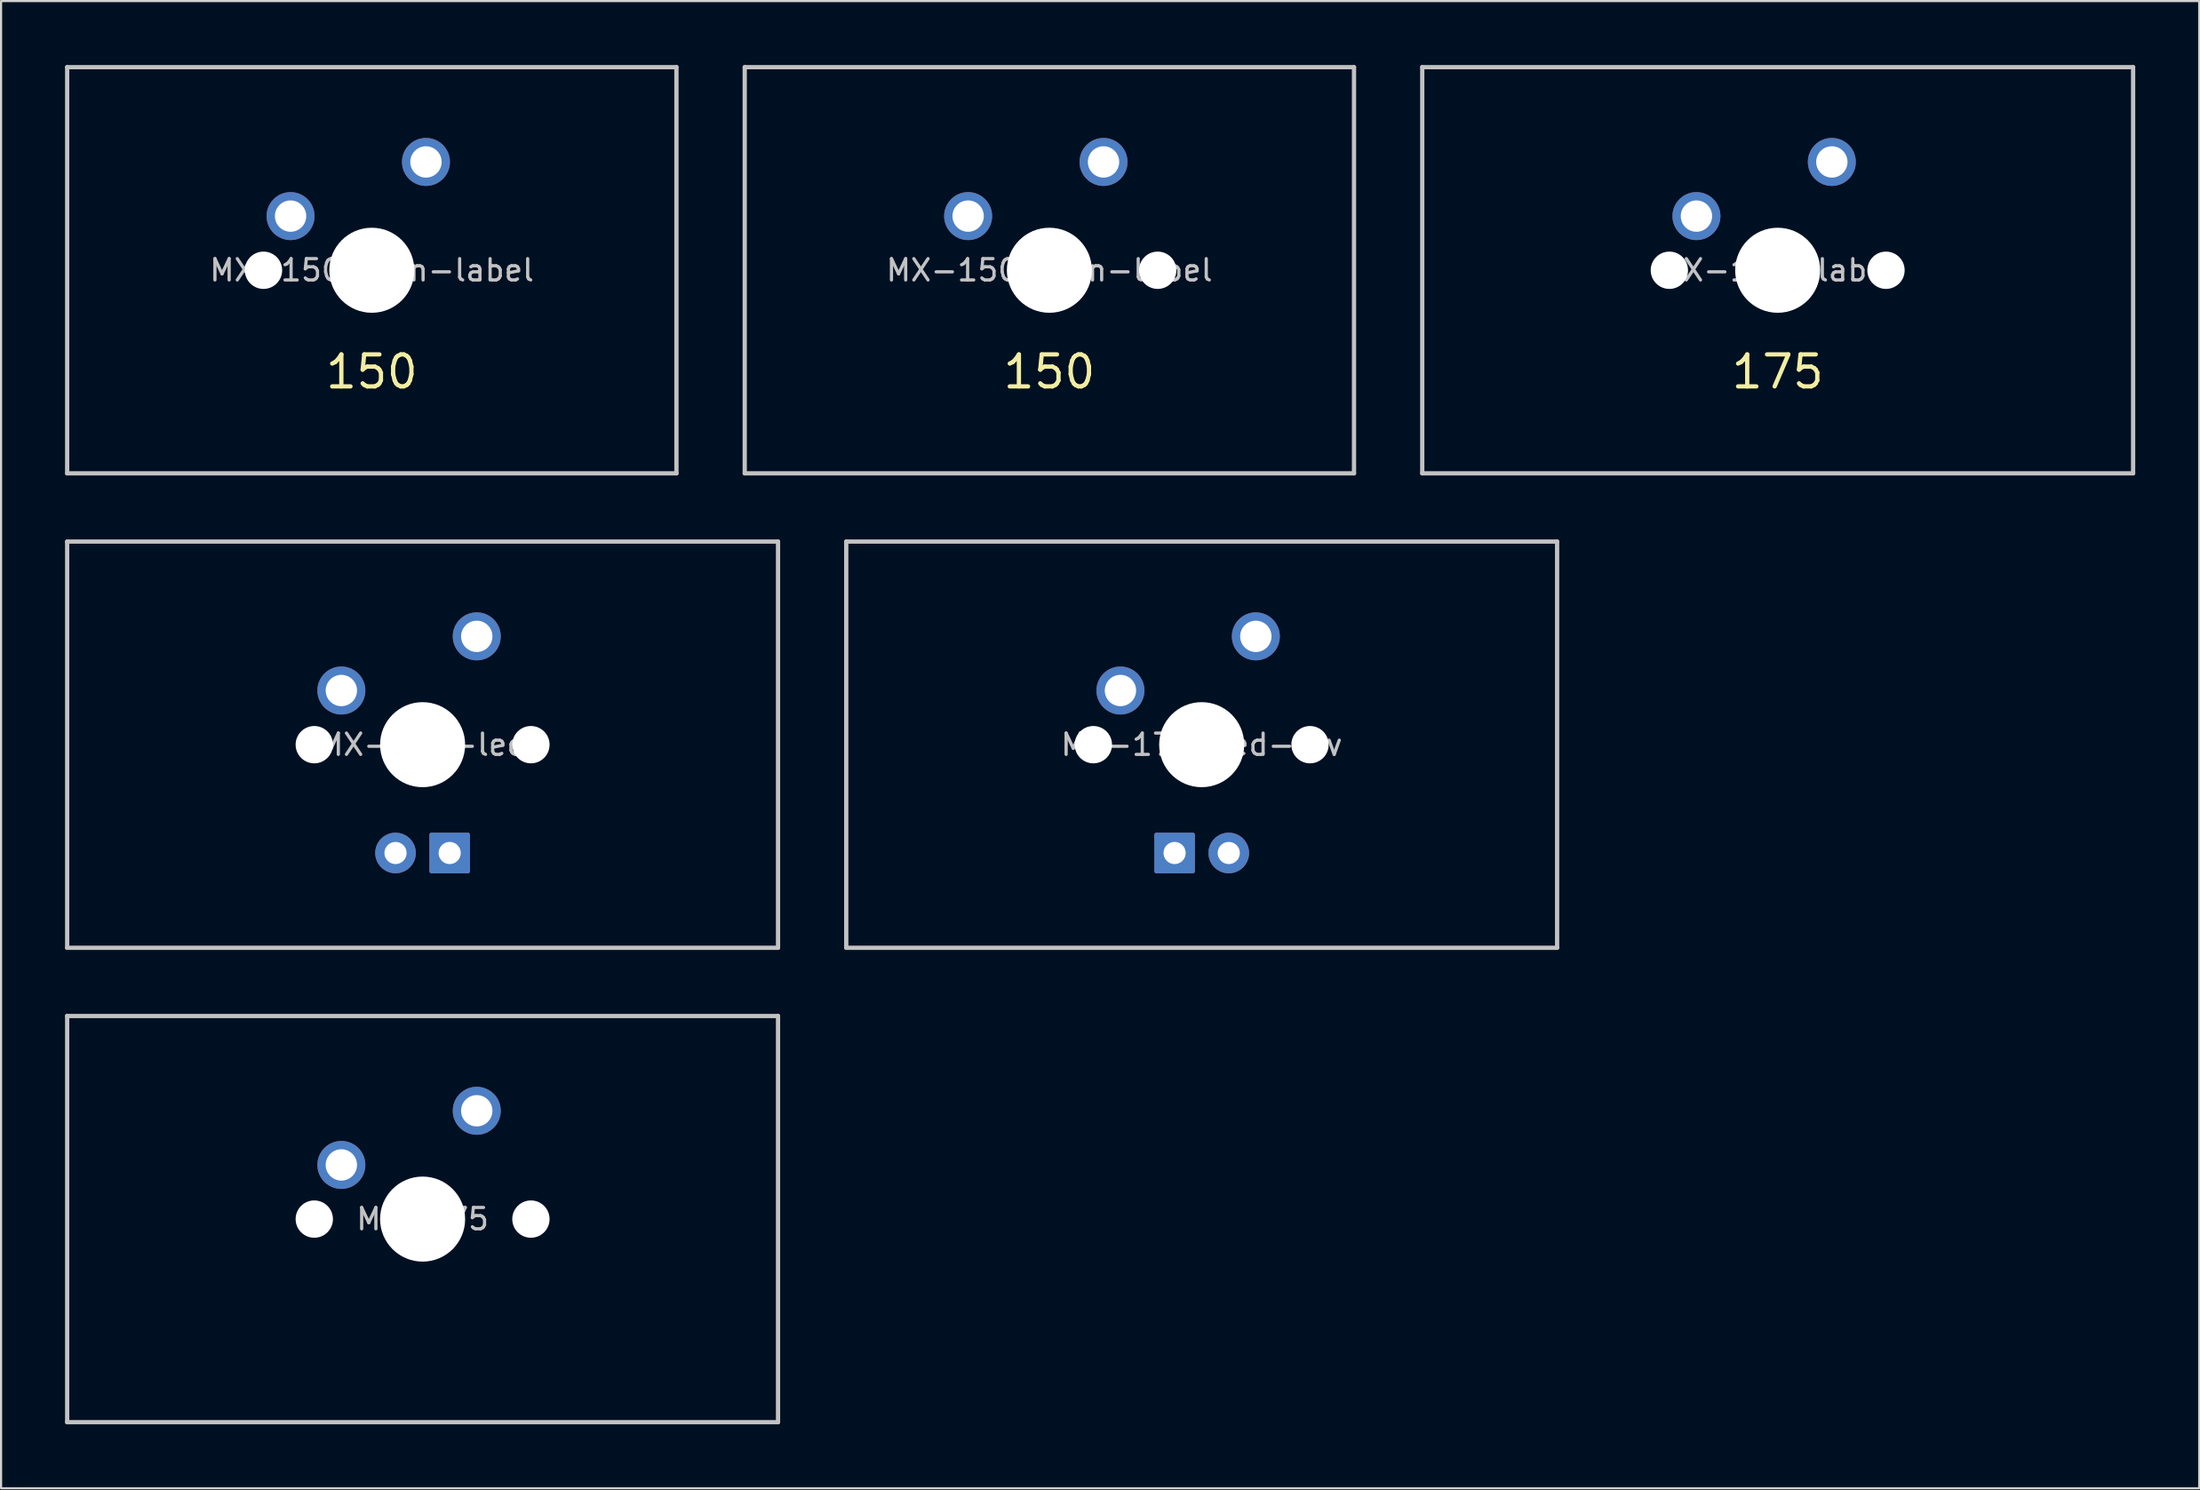
<source format=kicad_pcb>
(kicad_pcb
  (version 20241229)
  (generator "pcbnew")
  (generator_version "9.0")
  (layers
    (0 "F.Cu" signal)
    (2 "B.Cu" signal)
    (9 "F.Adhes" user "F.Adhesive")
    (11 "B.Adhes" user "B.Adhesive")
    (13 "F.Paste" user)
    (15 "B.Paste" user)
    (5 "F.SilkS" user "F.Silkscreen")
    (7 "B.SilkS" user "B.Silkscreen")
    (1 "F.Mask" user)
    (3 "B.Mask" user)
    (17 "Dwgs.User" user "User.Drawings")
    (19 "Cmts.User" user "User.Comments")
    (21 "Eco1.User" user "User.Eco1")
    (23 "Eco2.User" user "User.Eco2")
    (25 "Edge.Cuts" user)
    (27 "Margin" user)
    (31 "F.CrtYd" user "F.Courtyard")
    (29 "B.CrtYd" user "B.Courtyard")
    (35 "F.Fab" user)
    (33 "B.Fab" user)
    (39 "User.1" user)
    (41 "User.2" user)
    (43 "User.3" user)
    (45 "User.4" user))
  (footprint "MX-175-led"
    (layer "F.Cu")
    (at 16.769 31.875)
    (property "Reference" "MX-175-led" (at 0 0 0) (layer "Dwgs.User") (effects (font (size 1 1) (thickness 0.15))))
    (attr through_hole)
    (fp_line (start -16.669 9.525) (end -16.669 -9.525) (stroke (width 0.2) (type solid)) (layer "Dwgs.User"))
    (fp_line (start 16.669 -9.525) (end -16.669 -9.525) (stroke (width 0.2) (type solid)) (layer "Dwgs.User"))
    (fp_line (start 16.669 -9.525) (end 16.669 9.525) (stroke (width 0.2) (type solid)) (layer "Dwgs.User"))
    (fp_line (start 16.669 9.525) (end -16.669 9.525) (stroke (width 0.2) (type solid)) (layer "Dwgs.User"))
    (fp_line (start -7 -7) (end 7 -7) (stroke (width 0.12) (type solid)) (layer "Eco1.User"))
    (fp_line (start -7 7) (end -7 -7) (stroke (width 0.12) (type solid)) (layer "Eco1.User"))
    (fp_line (start -7 7) (end 7 7) (stroke (width 0.12) (type solid)) (layer "Eco1.User"))
    (fp_line (start 7 7) (end 7 -7) (stroke (width 0.12) (type solid)) (layer "Eco1.User"))
    (pad "" np_thru_hole circle (at -5.08 0) (size 1.75 1.75) (drill 1.75) (layers "*.Cu" "*.Mask"))
    (pad "" np_thru_hole circle (at 0 0) (size 3.988 3.988) (drill 3.988) (layers "*.Cu" "*.Mask"))
    (pad "" np_thru_hole circle (at 5.08 0) (size 1.75 1.75) (drill 1.75) (layers "*.Cu" "*.Mask"))
    (pad "1" thru_hole circle (at 2.54 -5.08) (size 2.25 2.25) (drill 1.47) (layers "*.Cu" "B.Mask"))
    (pad "2" thru_hole circle (at -3.81 -2.54) (size 2.25 2.25) (drill 1.47) (layers "*.Cu" "B.Mask"))
    (pad "3" thru_hole circle (at -1.27 5.08) (size 1.905 1.905) (drill 1.04) (layers "*.Cu" "B.Mask"))
    (pad "4" thru_hole roundrect (at 1.27 5.08) (size 1.905 1.905) (drill 1.04) (layers "*.Cu" "B.Mask") (roundrect_rratio 0.05)))
  (footprint "MX-150-rpin-label"
    (layer "F.Cu")
    (at 46.163 9.625)
    (property "Reference" "MX-150-rpin-label" (at 0 0 0) (layer "Dwgs.User") (effects (font (size 1 1) (thickness 0.15))))
    (attr through_hole)
    (fp_line (start -14.287 9.525) (end -14.287 -9.525) (stroke (width 0.2) (type solid)) (layer "Dwgs.User"))
    (fp_line (start 14.287 -9.525) (end -14.287 -9.525) (stroke (width 0.2) (type solid)) (layer "Dwgs.User"))
    (fp_line (start 14.287 -9.525) (end 14.287 9.525) (stroke (width 0.2) (type solid)) (layer "Dwgs.User"))
    (fp_line (start 14.287 9.525) (end -14.287 9.525) (stroke (width 0.2) (type solid)) (layer "Dwgs.User"))
    (fp_line (start -7 -7) (end 7 -7) (stroke (width 0.12) (type solid)) (layer "Eco1.User"))
    (fp_line (start -7 7) (end -7 -7) (stroke (width 0.12) (type solid)) (layer "Eco1.User"))
    (fp_line (start -7 7) (end 7 7) (stroke (width 0.12) (type solid)) (layer "Eco1.User"))
    (fp_line (start 7 7) (end 7 -7) (stroke (width 0.12) (type solid)) (layer "Eco1.User"))
    (fp_text user "150" (at 0 4.763 0) (layer "F.SilkS") (effects (font (size 1.5 1.5) (thickness 0.2))))
    (pad "" np_thru_hole circle (at 0 0) (size 3.988 3.988) (drill 3.988) (layers "*.Cu" "*.Mask"))
    (pad "" np_thru_hole circle (at 5.08 0) (size 1.75 1.75) (drill 1.75) (layers "*.Cu" "*.Mask"))
    (pad "1" thru_hole circle (at 2.54 -5.08) (size 2.25 2.25) (drill 1.47) (layers "*.Cu" "B.Mask"))
    (pad "2" thru_hole circle (at -3.81 -2.54) (size 2.25 2.25) (drill 1.47) (layers "*.Cu" "B.Mask")))
  (footprint "MX-175-label"
    (layer "F.Cu")
    (at 80.319 9.625)
    (property "Reference" "MX-175-label" (at 0 0 0) (layer "Dwgs.User") (effects (font (size 1 1) (thickness 0.15))))
    (attr through_hole)
    (fp_line (start -16.669 9.525) (end -16.669 -9.525) (stroke (width 0.2) (type solid)) (layer "Dwgs.User"))
    (fp_line (start 16.669 -9.525) (end -16.669 -9.525) (stroke (width 0.2) (type solid)) (layer "Dwgs.User"))
    (fp_line (start 16.669 -9.525) (end 16.669 9.525) (stroke (width 0.2) (type solid)) (layer "Dwgs.User"))
    (fp_line (start 16.669 9.525) (end -16.669 9.525) (stroke (width 0.2) (type solid)) (layer "Dwgs.User"))
    (fp_line (start -7 -7) (end 7 -7) (stroke (width 0.12) (type solid)) (layer "Eco1.User"))
    (fp_line (start -7 7) (end -7 -7) (stroke (width 0.12) (type solid)) (layer "Eco1.User"))
    (fp_line (start -7 7) (end 7 7) (stroke (width 0.12) (type solid)) (layer "Eco1.User"))
    (fp_line (start 7 7) (end 7 -7) (stroke (width 0.12) (type solid)) (layer "Eco1.User"))
    (fp_text user "175" (at 0 4.763 0) (layer "F.SilkS") (effects (font (size 1.5 1.5) (thickness 0.2))))
    (pad "" np_thru_hole circle (at -5.08 0) (size 1.75 1.75) (drill 1.75) (layers "*.Cu" "*.Mask"))
    (pad "" np_thru_hole circle (at 0 0) (size 3.988 3.988) (drill 3.988) (layers "*.Cu" "*.Mask"))
    (pad "" np_thru_hole circle (at 5.08 0) (size 1.75 1.75) (drill 1.75) (layers "*.Cu" "*.Mask"))
    (pad "1" thru_hole circle (at 2.54 -5.08) (size 2.25 2.25) (drill 1.47) (layers "*.Cu" "B.Mask"))
    (pad "2" thru_hole circle (at -3.81 -2.54) (size 2.25 2.25) (drill 1.47) (layers "*.Cu" "B.Mask")))
  (footprint "MX-175-led-rev"
    (layer "F.Cu")
    (at 53.306 31.875)
    (property "Reference" "MX-175-led-rev" (at 0 0 0) (layer "Dwgs.User") (effects (font (size 1 1) (thickness 0.15))))
    (attr through_hole)
    (fp_line (start -16.669 9.525) (end -16.669 -9.525) (stroke (width 0.2) (type solid)) (layer "Dwgs.User"))
    (fp_line (start 16.669 -9.525) (end -16.669 -9.525) (stroke (width 0.2) (type solid)) (layer "Dwgs.User"))
    (fp_line (start 16.669 -9.525) (end 16.669 9.525) (stroke (width 0.2) (type solid)) (layer "Dwgs.User"))
    (fp_line (start 16.669 9.525) (end -16.669 9.525) (stroke (width 0.2) (type solid)) (layer "Dwgs.User"))
    (fp_line (start -7 -7) (end 7 -7) (stroke (width 0.12) (type solid)) (layer "Eco1.User"))
    (fp_line (start -7 7) (end -7 -7) (stroke (width 0.12) (type solid)) (layer "Eco1.User"))
    (fp_line (start -7 7) (end 7 7) (stroke (width 0.12) (type solid)) (layer "Eco1.User"))
    (fp_line (start 7 7) (end 7 -7) (stroke (width 0.12) (type solid)) (layer "Eco1.User"))
    (pad "" np_thru_hole circle (at -5.08 0) (size 1.75 1.75) (drill 1.75) (layers "*.Cu" "*.Mask"))
    (pad "" np_thru_hole circle (at 0 0) (size 3.988 3.988) (drill 3.988) (layers "*.Cu" "*.Mask"))
    (pad "" np_thru_hole circle (at 5.08 0) (size 1.75 1.75) (drill 1.75) (layers "*.Cu" "*.Mask"))
    (pad "1" thru_hole circle (at 2.54 -5.08) (size 2.25 2.25) (drill 1.47) (layers "*.Cu" "B.Mask"))
    (pad "2" thru_hole circle (at -3.81 -2.54) (size 2.25 2.25) (drill 1.47) (layers "*.Cu" "B.Mask"))
    (pad "3" thru_hole circle (at 1.27 5.08) (size 1.905 1.905) (drill 1.04) (layers "*.Cu" "B.Mask"))
    (pad "4" thru_hole roundrect (at -1.27 5.08) (size 1.905 1.905) (drill 1.04) (layers "*.Cu" "B.Mask") (roundrect_rratio 0.05)))
  (footprint "MX-175"
    (layer "F.Cu")
    (at 16.769 54.125)
    (property "Reference" "MX-175" (at 0 0 0) (layer "Dwgs.User") (effects (font (size 1 1) (thickness 0.15))))
    (attr through_hole)
    (fp_line (start -16.669 9.525) (end -16.669 -9.525) (stroke (width 0.2) (type solid)) (layer "Dwgs.User"))
    (fp_line (start 16.669 -9.525) (end -16.669 -9.525) (stroke (width 0.2) (type solid)) (layer "Dwgs.User"))
    (fp_line (start 16.669 -9.525) (end 16.669 9.525) (stroke (width 0.2) (type solid)) (layer "Dwgs.User"))
    (fp_line (start 16.669 9.525) (end -16.669 9.525) (stroke (width 0.2) (type solid)) (layer "Dwgs.User"))
    (fp_line (start -7 -7) (end 7 -7) (stroke (width 0.12) (type solid)) (layer "Eco1.User"))
    (fp_line (start -7 7) (end -7 -7) (stroke (width 0.12) (type solid)) (layer "Eco1.User"))
    (fp_line (start -7 7) (end 7 7) (stroke (width 0.12) (type solid)) (layer "Eco1.User"))
    (fp_line (start 7 7) (end 7 -7) (stroke (width 0.12) (type solid)) (layer "Eco1.User"))
    (pad "" np_thru_hole circle (at -5.08 0) (size 1.75 1.75) (drill 1.75) (layers "*.Cu" "*.Mask"))
    (pad "" np_thru_hole circle (at 0 0) (size 3.988 3.988) (drill 3.988) (layers "*.Cu" "*.Mask"))
    (pad "" np_thru_hole circle (at 5.08 0) (size 1.75 1.75) (drill 1.75) (layers "*.Cu" "*.Mask"))
    (pad "1" thru_hole circle (at 2.54 -5.08) (size 2.25 2.25) (drill 1.47) (layers "*.Cu" "B.Mask"))
    (pad "2" thru_hole circle (at -3.81 -2.54) (size 2.25 2.25) (drill 1.47) (layers "*.Cu" "B.Mask")))
  (footprint "MX-150-lpin-label"
    (layer "F.Cu")
    (at 14.387 9.625)
    (property "Reference" "MX-150-lpin-label" (at 0 0 0) (layer "Dwgs.User") (effects (font (size 1 1) (thickness 0.15))))
    (attr through_hole)
    (fp_line (start -14.287 9.525) (end -14.287 -9.525) (stroke (width 0.2) (type solid)) (layer "Dwgs.User"))
    (fp_line (start 14.287 -9.525) (end -14.287 -9.525) (stroke (width 0.2) (type solid)) (layer "Dwgs.User"))
    (fp_line (start 14.287 -9.525) (end 14.287 9.525) (stroke (width 0.2) (type solid)) (layer "Dwgs.User"))
    (fp_line (start 14.287 9.525) (end -14.287 9.525) (stroke (width 0.2) (type solid)) (layer "Dwgs.User"))
    (fp_line (start -7 -7) (end 7 -7) (stroke (width 0.12) (type solid)) (layer "Eco1.User"))
    (fp_line (start -7 7) (end -7 -7) (stroke (width 0.12) (type solid)) (layer "Eco1.User"))
    (fp_line (start -7 7) (end 7 7) (stroke (width 0.12) (type solid)) (layer "Eco1.User"))
    (fp_line (start 7 7) (end 7 -7) (stroke (width 0.12) (type solid)) (layer "Eco1.User"))
    (fp_text user "150" (at 0 4.763 0) (layer "F.SilkS") (effects (font (size 1.5 1.5) (thickness 0.2))))
    (pad "" np_thru_hole circle (at -5.08 0) (size 1.75 1.75) (drill 1.75) (layers "*.Cu" "*.Mask"))
    (pad "" np_thru_hole circle (at 0 0) (size 3.988 3.988) (drill 3.988) (layers "*.Cu" "*.Mask"))
    (pad "1" thru_hole circle (at 2.54 -5.08) (size 2.25 2.25) (drill 1.47) (layers "*.Cu" "B.Mask"))
    (pad "2" thru_hole circle (at -3.81 -2.54) (size 2.25 2.25) (drill 1.47) (layers "*.Cu" "B.Mask")))
  (gr_rect
    (start -3 -3)
    (end 100.088 66.75)
    (stroke (width 0.1) (type default))
    (fill no)
    (layer "Edge.Cuts")))
</source>
